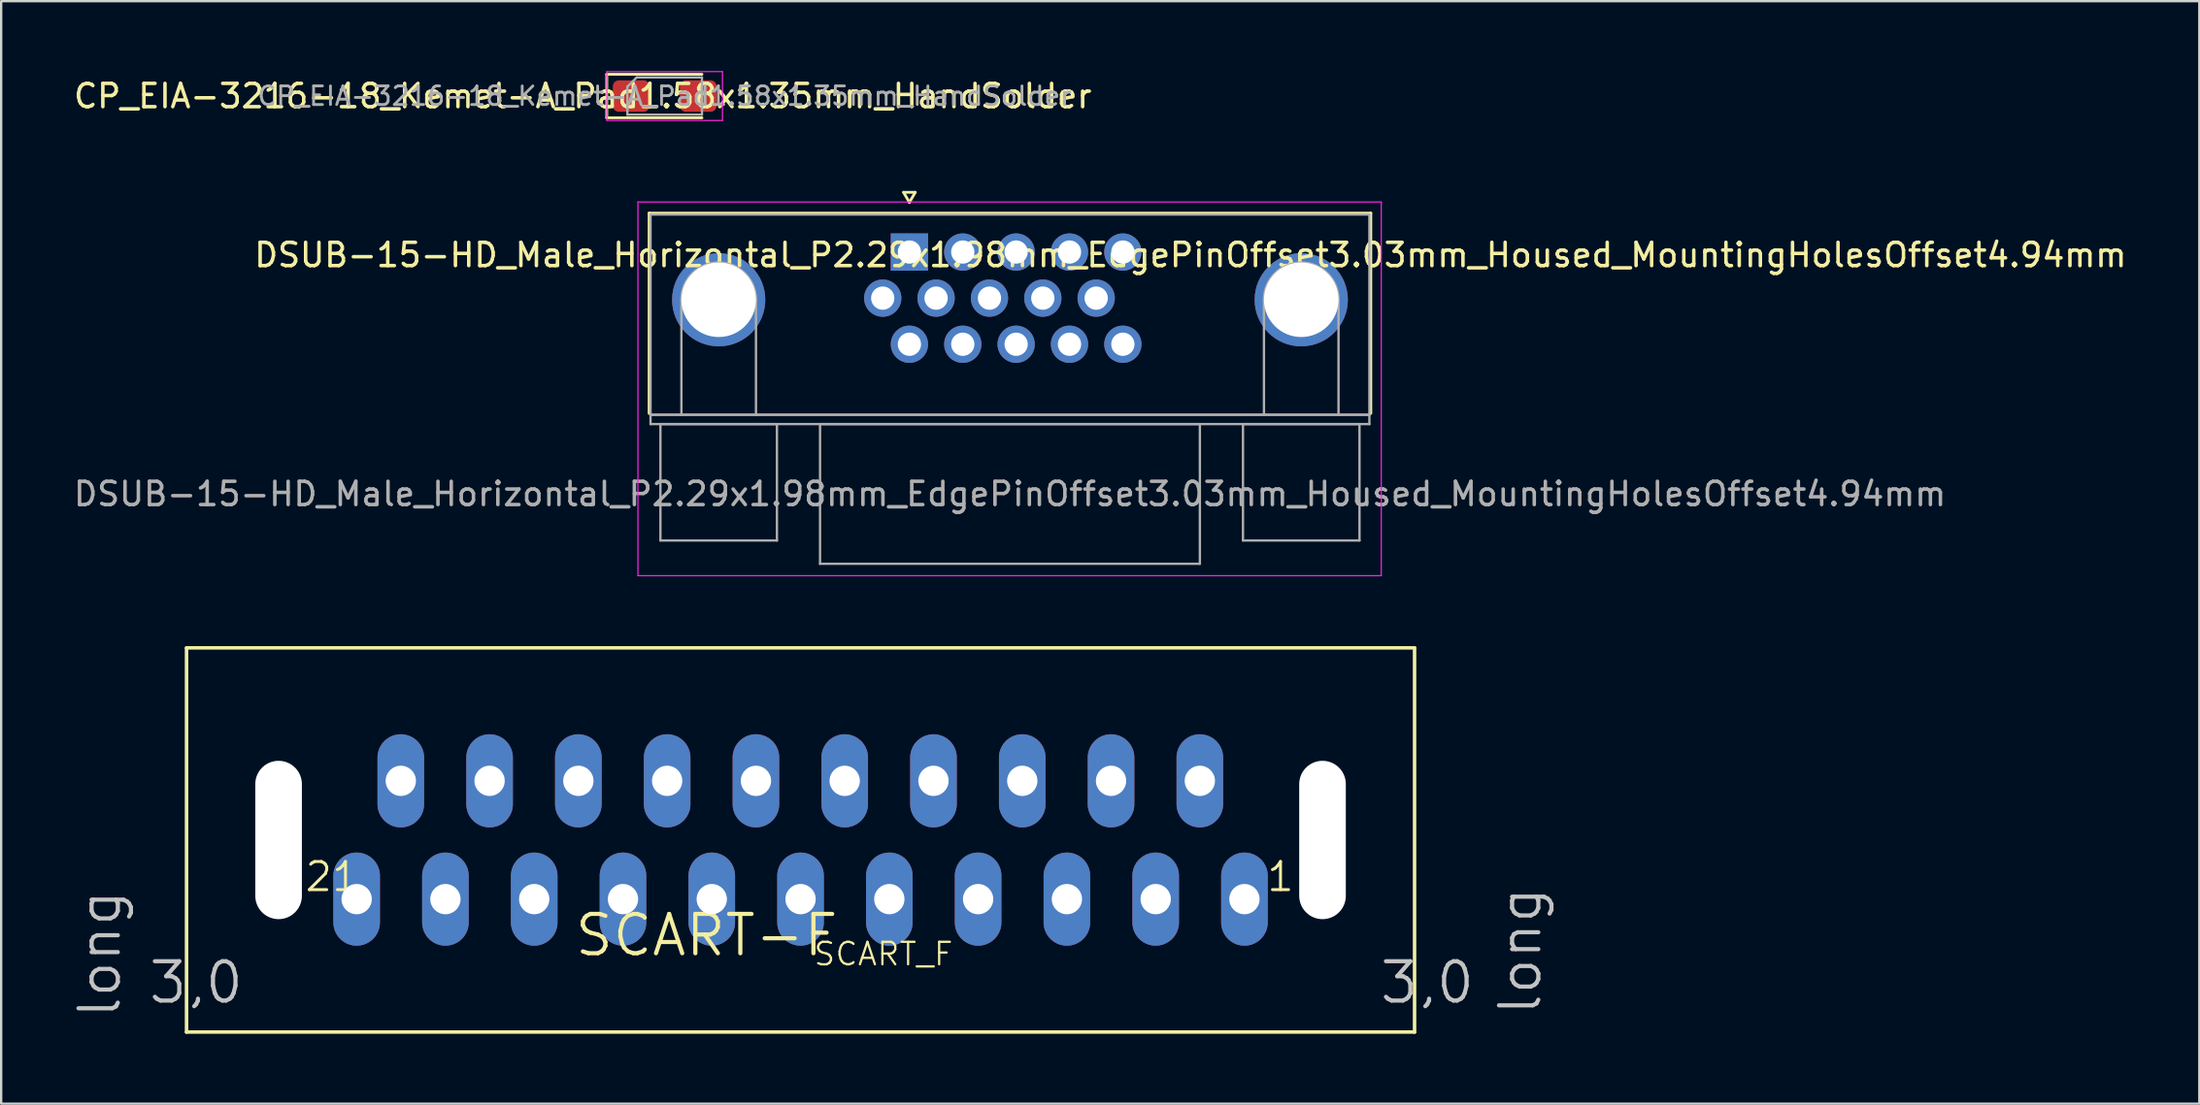
<source format=kicad_pcb>
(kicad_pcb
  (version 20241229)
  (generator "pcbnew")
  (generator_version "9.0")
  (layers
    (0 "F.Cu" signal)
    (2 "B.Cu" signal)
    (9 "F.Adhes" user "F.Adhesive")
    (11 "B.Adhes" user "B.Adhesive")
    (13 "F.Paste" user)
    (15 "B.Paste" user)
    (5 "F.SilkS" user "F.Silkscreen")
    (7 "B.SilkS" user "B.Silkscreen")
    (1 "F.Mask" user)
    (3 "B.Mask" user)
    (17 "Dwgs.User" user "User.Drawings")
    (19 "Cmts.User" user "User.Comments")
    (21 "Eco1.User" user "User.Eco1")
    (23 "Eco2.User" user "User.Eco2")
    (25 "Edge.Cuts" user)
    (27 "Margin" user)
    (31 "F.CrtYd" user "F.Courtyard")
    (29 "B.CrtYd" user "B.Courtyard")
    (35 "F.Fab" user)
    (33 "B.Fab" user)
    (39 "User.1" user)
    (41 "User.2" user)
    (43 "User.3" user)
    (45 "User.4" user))
  (footprint "DSUB-15-HD_Male_Horizontal_P2.29x1.98mm_EdgePinOffset3.03mm_Housed_MountingHolesOffset4.94mm"
    (layer "F.Cu")
    (at 40.549 13.108)
    (property "Reference" "DSUB-15-HD_Male_Horizontal_P2.29x1.98mm_EdgePinOffset3.03mm_Housed_MountingHolesOffset4.94mm" (at 7.493 -5.207 0) (layer "F.SilkS") (effects (font (size 1 1) (thickness 0.15))))
    (attr through_hole)
    (fp_line (start -15.742 -7.004) (end 15.228 -7.004) (stroke (width 0.12) (type solid)) (layer "F.SilkS"))
    (fp_line (start -15.742 1.596) (end -15.742 -7.004) (stroke (width 0.12) (type solid)) (layer "F.SilkS"))
    (fp_line (start -4.822 -7.898) (end -4.322 -7.898) (stroke (width 0.12) (type solid)) (layer "F.SilkS"))
    (fp_line (start -4.572 -7.465) (end -4.822 -7.898) (stroke (width 0.12) (type solid)) (layer "F.SilkS"))
    (fp_line (start -4.322 -7.898) (end -4.572 -7.465) (stroke (width 0.12) (type solid)) (layer "F.SilkS"))
    (fp_line (start 15.228 -7.004) (end 15.228 1.596) (stroke (width 0.12) (type solid)) (layer "F.SilkS"))
    (fp_line (start -16.222 -7.484) (end -16.222 8.566) (stroke (width 0.05) (type solid)) (layer "F.CrtYd"))
    (fp_line (start -16.222 8.566) (end 15.678 8.566) (stroke (width 0.05) (type solid)) (layer "F.CrtYd"))
    (fp_line (start 15.678 -7.484) (end -16.222 -7.484) (stroke (width 0.05) (type solid)) (layer "F.CrtYd"))
    (fp_line (start 15.678 8.566) (end 15.678 -7.484) (stroke (width 0.05) (type solid)) (layer "F.CrtYd"))
    (fp_line (start -15.682 -6.944) (end -15.682 1.656) (stroke (width 0.1) (type solid)) (layer "F.Fab"))
    (fp_line (start -15.682 1.656) (end -15.682 2.056) (stroke (width 0.1) (type solid)) (layer "F.Fab"))
    (fp_line (start -15.682 1.656) (end 15.168 1.656) (stroke (width 0.1) (type solid)) (layer "F.Fab"))
    (fp_line (start -15.682 2.056) (end 15.168 2.056) (stroke (width 0.1) (type solid)) (layer "F.Fab"))
    (fp_line (start -15.257 2.056) (end -15.257 7.056) (stroke (width 0.1) (type solid)) (layer "F.Fab"))
    (fp_line (start -15.257 7.056) (end -10.257 7.056) (stroke (width 0.1) (type solid)) (layer "F.Fab"))
    (fp_line (start -14.357 1.656) (end -14.357 -3.284) (stroke (width 0.1) (type solid)) (layer "F.Fab"))
    (fp_line (start -11.157 1.656) (end -11.157 -3.284) (stroke (width 0.1) (type solid)) (layer "F.Fab"))
    (fp_line (start -10.257 2.056) (end -15.257 2.056) (stroke (width 0.1) (type solid)) (layer "F.Fab"))
    (fp_line (start -10.257 7.056) (end -10.257 2.056) (stroke (width 0.1) (type solid)) (layer "F.Fab"))
    (fp_line (start -8.407 2.056) (end -8.407 8.056) (stroke (width 0.1) (type solid)) (layer "F.Fab"))
    (fp_line (start -8.407 8.056) (end 7.893 8.056) (stroke (width 0.1) (type solid)) (layer "F.Fab"))
    (fp_line (start 7.893 2.056) (end -8.407 2.056) (stroke (width 0.1) (type solid)) (layer "F.Fab"))
    (fp_line (start 7.893 8.056) (end 7.893 2.056) (stroke (width 0.1) (type solid)) (layer "F.Fab"))
    (fp_line (start 9.743 2.056) (end 9.743 7.056) (stroke (width 0.1) (type solid)) (layer "F.Fab"))
    (fp_line (start 9.743 7.056) (end 14.743 7.056) (stroke (width 0.1) (type solid)) (layer "F.Fab"))
    (fp_line (start 10.643 1.656) (end 10.643 -3.284) (stroke (width 0.1) (type solid)) (layer "F.Fab"))
    (fp_line (start 13.843 1.656) (end 13.843 -3.284) (stroke (width 0.1) (type solid)) (layer "F.Fab"))
    (fp_line (start 14.743 2.056) (end 9.743 2.056) (stroke (width 0.1) (type solid)) (layer "F.Fab"))
    (fp_line (start 14.743 7.056) (end 14.743 2.056) (stroke (width 0.1) (type solid)) (layer "F.Fab"))
    (fp_line (start 15.168 -6.944) (end -15.682 -6.944) (stroke (width 0.1) (type solid)) (layer "F.Fab"))
    (fp_line (start 15.168 1.656) (end -15.682 1.656) (stroke (width 0.1) (type solid)) (layer "F.Fab"))
    (fp_line (start 15.168 1.656) (end 15.168 -6.944) (stroke (width 0.1) (type solid)) (layer "F.Fab"))
    (fp_line (start 15.168 2.056) (end 15.168 1.656) (stroke (width 0.1) (type solid)) (layer "F.Fab"))
    (fp_arc (start -14.357 -3.284) (mid -12.757 -4.884) (end -11.157 -3.284) (stroke (width 0.1) (type solid)) (layer "F.Fab"))
    (fp_arc (start 10.643 -3.284) (mid 12.243 -4.884) (end 13.843 -3.284) (stroke (width 0.1) (type solid)) (layer "F.Fab"))
    (fp_text user "${REFERENCE}" (at -0.257 5.056 0) (layer "F.Fab") (effects (font (size 1 1) (thickness 0.15))))
    (pad "0" thru_hole circle (at -12.757 -3.284) (size 4 4) (drill 3.2) (layers "*.Cu" "*.Mask"))
    (pad "0" thru_hole circle (at 12.243 -3.284) (size 4 4) (drill 3.2) (layers "*.Cu" "*.Mask"))
    (pad "1" thru_hole rect (at -4.572 -5.334) (size 1.6 1.6) (drill 1) (layers "*.Cu" "*.Mask"))
    (pad "2" thru_hole circle (at -2.282 -5.334) (size 1.6 1.6) (drill 1) (layers "*.Cu" "*.Mask"))
    (pad "3" thru_hole circle (at 0.008 -5.334) (size 1.6 1.6) (drill 1) (layers "*.Cu" "*.Mask"))
    (pad "4" thru_hole circle (at 2.298 -5.334) (size 1.6 1.6) (drill 1) (layers "*.Cu" "*.Mask"))
    (pad "5" thru_hole circle (at 4.588 -5.334) (size 1.6 1.6) (drill 1) (layers "*.Cu" "*.Mask"))
    (pad "6" thru_hole circle (at -5.717 -3.354) (size 1.6 1.6) (drill 1) (layers "*.Cu" "*.Mask"))
    (pad "7" thru_hole circle (at -3.427 -3.354) (size 1.6 1.6) (drill 1) (layers "*.Cu" "*.Mask"))
    (pad "8" thru_hole circle (at -1.137 -3.354) (size 1.6 1.6) (drill 1) (layers "*.Cu" "*.Mask"))
    (pad "9" thru_hole circle (at 1.153 -3.354) (size 1.6 1.6) (drill 1) (layers "*.Cu" "*.Mask"))
    (pad "10" thru_hole circle (at 3.443 -3.354) (size 1.6 1.6) (drill 1) (layers "*.Cu" "*.Mask"))
    (pad "11" thru_hole circle (at -4.572 -1.374) (size 1.6 1.6) (drill 1) (layers "*.Cu" "*.Mask"))
    (pad "12" thru_hole circle (at -2.282 -1.374) (size 1.6 1.6) (drill 1) (layers "*.Cu" "*.Mask"))
    (pad "13" thru_hole circle (at 0.008 -1.374) (size 1.6 1.6) (drill 1) (layers "*.Cu" "*.Mask"))
    (pad "14" thru_hole circle (at 2.298 -1.374) (size 1.6 1.6) (drill 1) (layers "*.Cu" "*.Mask"))
    (pad "15" thru_hole circle (at 4.588 -1.374) (size 1.6 1.6) (drill 1) (layers "*.Cu" "*.Mask")))
  (footprint "SCART_F"
    (layer "F.Cu")
    (at 31.305 33.024)
    (property "Reference" "SCART_F" (at 0.508 5.461 0) (layer "F.SilkS") (effects (font (size 0.965 0.965) (thickness 0.097)) (justify left bottom)))
    (attr through_hole)
    (fp_line (start -26.35 -8.25) (end 26.35 -8.25) (stroke (width 0.15) (type solid)) (layer "F.SilkS"))
    (fp_line (start -26.35 8.25) (end -26.35 -8.25) (stroke (width 0.15) (type solid)) (layer "F.SilkS"))
    (fp_line (start 26.35 -8.25) (end 26.35 8.25) (stroke (width 0.15) (type solid)) (layer "F.SilkS"))
    (fp_line (start 26.35 8.25) (end -26.35 8.25) (stroke (width 0.15) (type solid)) (layer "F.SilkS"))
    (fp_text user "21" (at -21.336 2.286 0) (layer "F.SilkS") (effects (font (size 1.206 1.206) (thickness 0.127)) (justify left bottom)))
    (fp_text user "1" (at 19.939 2.286 0) (layer "F.SilkS") (effects (font (size 1.206 1.206) (thickness 0.127)) (justify left bottom)))
    (fp_text user "SCART-F" (at -9.779 5.08 0) (layer "F.SilkS") (effects (font (size 1.689 1.689) (thickness 0.178)) (justify left bottom)))
    (fp_text user "3,0 " (at -28.067 7.112 0) (layer "Dwgs.User") (effects (font (size 1.689 1.689) (thickness 0.178)) (justify left bottom)))
    (fp_text user "long" (at 31.877 7.62 90) (layer "Dwgs.User") (effects (font (size 1.689 1.689) (thickness 0.178)) (justify left bottom)))
    (fp_text user "long " (at -29.083 7.747 90) (layer "Dwgs.User") (effects (font (size 1.689 1.689) (thickness 0.178)) (justify left bottom)))
    (fp_text user "3,0" (at 24.765 7.112 0) (layer "Dwgs.User") (effects (font (size 1.689 1.689) (thickness 0.178)) (justify left bottom)))
    (pad "" np_thru_hole oval (at -22.4 0) (size 2 6.8) (drill oval 2 6.8) (layers "*.Cu" "*.Mask"))
    (pad "" np_thru_hole oval (at 22.4 0) (size 2 6.8) (drill oval 2 6.8) (layers "*.Cu" "*.Mask"))
    (pad "1" thru_hole oval (at 19.05 2.54) (size 2 4) (drill 1.3) (layers "*.Cu" "*.Mask"))
    (pad "2" thru_hole oval (at 17.135 -2.54) (size 2 4) (drill 1.3) (layers "*.Cu" "*.Mask"))
    (pad "3" thru_hole oval (at 15.24 2.54) (size 2 4) (drill 1.3) (layers "*.Cu" "*.Mask"))
    (pad "4" thru_hole oval (at 13.325 -2.54) (size 2 4) (drill 1.3) (layers "*.Cu" "*.Mask"))
    (pad "5" thru_hole oval (at 11.43 2.54) (size 2 4) (drill 1.3) (layers "*.Cu" "*.Mask"))
    (pad "6" thru_hole oval (at 9.515 -2.54) (size 2 4) (drill 1.3) (layers "*.Cu" "*.Mask"))
    (pad "7" thru_hole oval (at 7.62 2.54) (size 2 4) (drill 1.3) (layers "*.Cu" "*.Mask"))
    (pad "8" thru_hole oval (at 5.705 -2.54) (size 2 4) (drill 1.3) (layers "*.Cu" "*.Mask"))
    (pad "9" thru_hole oval (at 3.81 2.54) (size 2 4) (drill 1.3) (layers "*.Cu" "*.Mask"))
    (pad "10" thru_hole oval (at 1.895 -2.54) (size 2 4) (drill 1.3) (layers "*.Cu" "*.Mask"))
    (pad "11" thru_hole oval (at 0 2.54) (size 2 4) (drill 1.3) (layers "*.Cu" "*.Mask"))
    (pad "12" thru_hole oval (at -1.915 -2.54) (size 2 4) (drill 1.3) (layers "*.Cu" "*.Mask"))
    (pad "13" thru_hole oval (at -3.81 2.54) (size 2 4) (drill 1.3) (layers "*.Cu" "*.Mask"))
    (pad "14" thru_hole oval (at -5.725 -2.54) (size 2 4) (drill 1.3) (layers "*.Cu" "*.Mask"))
    (pad "15" thru_hole oval (at -7.62 2.54) (size 2 4) (drill 1.3) (layers "*.Cu" "*.Mask"))
    (pad "16" thru_hole oval (at -9.535 -2.54) (size 2 4) (drill 1.3) (layers "*.Cu" "*.Mask"))
    (pad "17" thru_hole oval (at -11.43 2.54) (size 2 4) (drill 1.3) (layers "*.Cu" "*.Mask"))
    (pad "18" thru_hole oval (at -13.345 -2.54) (size 2 4) (drill 1.3) (layers "*.Cu" "*.Mask"))
    (pad "19" thru_hole oval (at -15.24 2.54) (size 2 4) (drill 1.3) (layers "*.Cu" "*.Mask"))
    (pad "20" thru_hole oval (at -17.155 -2.54) (size 2 4) (drill 1.3) (layers "*.Cu" "*.Mask"))
    (pad "21" thru_hole oval (at -19.05 2.54) (size 2 4) (drill 1.3) (layers "*.Cu" "*.Mask")))
  (footprint "CP_EIA-3216-18_Kemet-A_Pad1.58x1.35mm_HandSolder"
    (layer "F.Cu")
    (at 25.474 1.075)
    (property "Reference" "CP_EIA-3216-18_Kemet-A_Pad1.58x1.35mm_HandSolder" (at -3.515 0 0) (layer "F.SilkS") (effects (font (size 1 1) (thickness 0.15))))
    (attr smd)
    (fp_line (start -2.485 -0.935) (end -2.485 0.935) (stroke (width 0.12) (type solid)) (layer "F.SilkS"))
    (fp_line (start -2.485 0.935) (end 1.6 0.935) (stroke (width 0.12) (type solid)) (layer "F.SilkS"))
    (fp_line (start 1.6 -0.935) (end -2.485 -0.935) (stroke (width 0.12) (type solid)) (layer "F.SilkS"))
    (fp_line (start -2.48 -1.05) (end 2.48 -1.05) (stroke (width 0.05) (type solid)) (layer "F.CrtYd"))
    (fp_line (start -2.48 1.05) (end -2.48 -1.05) (stroke (width 0.05) (type solid)) (layer "F.CrtYd"))
    (fp_line (start 2.48 -1.05) (end 2.48 1.05) (stroke (width 0.05) (type solid)) (layer "F.CrtYd"))
    (fp_line (start 2.48 1.05) (end -2.48 1.05) (stroke (width 0.05) (type solid)) (layer "F.CrtYd"))
    (fp_line (start -1.6 -0.4) (end -1.6 0.8) (stroke (width 0.1) (type solid)) (layer "F.Fab"))
    (fp_line (start -1.6 0.8) (end 1.6 0.8) (stroke (width 0.1) (type solid)) (layer "F.Fab"))
    (fp_line (start -1.2 -0.8) (end -1.6 -0.4) (stroke (width 0.1) (type solid)) (layer "F.Fab"))
    (fp_line (start 1.6 -0.8) (end -1.2 -0.8) (stroke (width 0.1) (type solid)) (layer "F.Fab"))
    (fp_line (start 1.6 0.8) (end 1.6 -0.8) (stroke (width 0.1) (type solid)) (layer "F.Fab"))
    (fp_text user "${REFERENCE}" (at 0 0 0) (layer "F.Fab") (effects (font (size 0.8 0.8) (thickness 0.12))))
    (pad "1" smd roundrect (at -1.438 0) (size 1.575 1.35) (layers "F.Cu" "F.Mask" "F.Paste") (roundrect_rratio 0.185))
    (pad "2" smd roundrect (at 1.438 0) (size 1.575 1.35) (layers "F.Cu" "F.Mask" "F.Paste") (roundrect_rratio 0.185)))
  (gr_rect
    (start -3 -3)
    (end 91.333 44.349)
    (stroke (width 0.1) (type default))
    (fill no)
    (layer "Edge.Cuts")))
</source>
